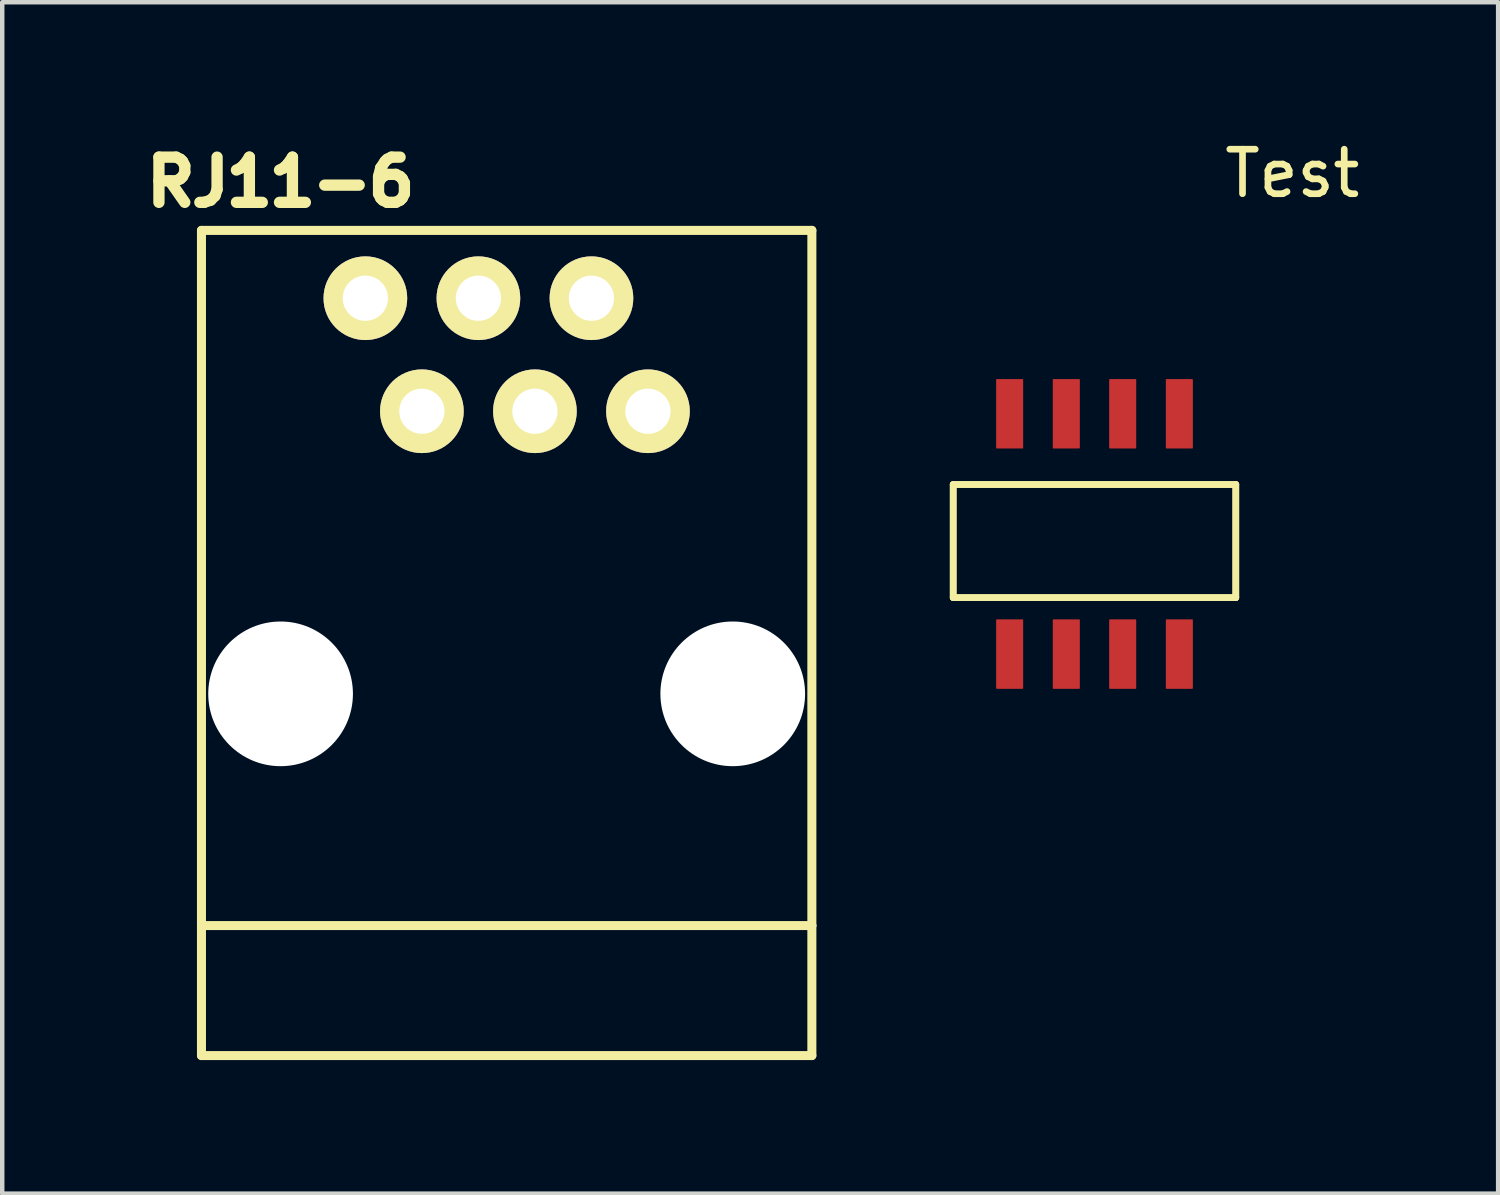
<source format=kicad_pcb>
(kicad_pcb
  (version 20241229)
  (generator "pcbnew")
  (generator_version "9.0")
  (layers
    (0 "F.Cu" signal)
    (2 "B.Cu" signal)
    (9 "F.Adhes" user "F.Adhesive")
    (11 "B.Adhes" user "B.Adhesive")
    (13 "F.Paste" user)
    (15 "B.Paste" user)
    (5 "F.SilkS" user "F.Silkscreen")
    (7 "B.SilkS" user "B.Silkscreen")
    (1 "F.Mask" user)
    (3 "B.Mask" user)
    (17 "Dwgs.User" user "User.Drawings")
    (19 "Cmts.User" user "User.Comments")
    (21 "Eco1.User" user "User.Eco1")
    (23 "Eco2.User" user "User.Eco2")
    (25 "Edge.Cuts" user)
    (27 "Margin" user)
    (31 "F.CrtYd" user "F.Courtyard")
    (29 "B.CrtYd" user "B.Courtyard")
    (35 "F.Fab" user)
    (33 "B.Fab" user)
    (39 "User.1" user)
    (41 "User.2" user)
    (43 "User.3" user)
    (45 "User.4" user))
  (footprint "Test"
    (layer "F.Cu")
    (at 19.639 11.648)
    (property "Reference" "Test" (at 6.35 -10.8 0) (layer "F.SilkS") (effects (font (size 1 1) (thickness 0.15))))
    (attr through_hole)
    (fp_line (start -1.27 -3.81) (end -1.27 -1.27) (stroke (width 0.15) (type solid)) (layer "F.SilkS"))
    (fp_line (start -1.27 -3.81) (end -1.27 -1.27) (stroke (width 0.15) (type solid)) (layer "F.SilkS"))
    (fp_line (start -1.27 -1.27) (end 5.08 -1.27) (stroke (width 0.15) (type solid)) (layer "F.SilkS"))
    (fp_line (start -1.27 -1.27) (end 5.08 -1.27) (stroke (width 0.15) (type solid)) (layer "F.SilkS"))
    (fp_line (start 5.08 -3.81) (end -1.27 -3.81) (stroke (width 0.15) (type solid)) (layer "F.SilkS"))
    (fp_line (start 5.08 -3.81) (end -1.27 -3.81) (stroke (width 0.15) (type solid)) (layer "F.SilkS"))
    (fp_line (start 5.08 -1.27) (end 5.08 -3.81) (stroke (width 0.15) (type solid)) (layer "F.SilkS"))
    (fp_line (start 5.08 -1.27) (end 5.08 -3.81) (stroke (width 0.15) (type solid)) (layer "F.SilkS"))
    (pad "1" smd rect (at 0 0) (size 0.6 1.55) (layers "F.Cu" "F.Mask" "F.Paste"))
    (pad "1" smd rect (at 0 0) (size 0.6 1.55) (layers "F.Cu" "F.Mask" "F.Paste"))
    (pad "2" smd rect (at 1.27 0) (size 0.6 1.55) (layers "F.Cu" "F.Mask" "F.Paste"))
    (pad "2" smd rect (at 1.27 0) (size 0.6 1.55) (layers "F.Cu" "F.Mask" "F.Paste"))
    (pad "3" smd rect (at 2.54 0) (size 0.6 1.55) (layers "F.Cu" "F.Mask" "F.Paste"))
    (pad "3" smd rect (at 2.54 0) (size 0.6 1.55) (layers "F.Cu" "F.Mask" "F.Paste"))
    (pad "4" smd rect (at 3.81 0) (size 0.6 1.55) (layers "F.Cu" "F.Mask" "F.Paste"))
    (pad "4" smd rect (at 3.81 0) (size 0.6 1.55) (layers "F.Cu" "F.Mask" "F.Paste"))
    (pad "5" smd rect (at 3.81 -5.4) (size 0.6 1.55) (layers "F.Cu" "F.Mask" "F.Paste"))
    (pad "5" smd rect (at 3.81 -5.4) (size 0.6 1.55) (layers "F.Cu" "F.Mask" "F.Paste"))
    (pad "6" smd rect (at 2.54 -5.4) (size 0.6 1.55) (layers "F.Cu" "F.Mask" "F.Paste"))
    (pad "6" smd rect (at 2.54 -5.4) (size 0.6 1.55) (layers "F.Cu" "F.Mask" "F.Paste"))
    (pad "7" smd rect (at 1.27 -5.4) (size 0.6 1.55) (layers "F.Cu" "F.Mask" "F.Paste"))
    (pad "7" smd rect (at 1.27 -5.4) (size 0.6 1.55) (layers "F.Cu" "F.Mask" "F.Paste"))
    (pad "8" smd rect (at 0 -5.4) (size 0.6 1.55) (layers "F.Cu" "F.Mask" "F.Paste"))
    (pad "8" smd rect (at 0 -5.4) (size 0.6 1.55) (layers "F.Cu" "F.Mask" "F.Paste")))
  (footprint "RJ11-6"
    (layer "F.Cu")
    (at 3.255 12.541)
    (property "Reference" "RJ11-6" (at 0 -11.501 0) (layer "F.SilkS") (effects (font (size 1.016 1.016) (thickness 0.305))))
    (attr exclude_from_pos_files exclude_from_bom)
    (fp_line (start -1.778 -10.414) (end -1.778 5.207) (stroke (width 0.203) (type solid)) (layer "F.SilkS"))
    (fp_line (start -1.778 5.207) (end -1.778 8.128) (stroke (width 0.203) (type solid)) (layer "F.SilkS"))
    (fp_line (start -1.778 8.128) (end 11.938 8.128) (stroke (width 0.203) (type solid)) (layer "F.SilkS"))
    (fp_line (start 11.938 -10.414) (end -1.778 -10.414) (stroke (width 0.203) (type solid)) (layer "F.SilkS"))
    (fp_line (start 11.938 5.207) (end -1.778 5.207) (stroke (width 0.203) (type solid)) (layer "F.SilkS"))
    (fp_line (start 11.938 5.207) (end 11.938 -10.414) (stroke (width 0.203) (type solid)) (layer "F.SilkS"))
    (fp_line (start 11.938 8.128) (end 11.938 5.207) (stroke (width 0.203) (type solid)) (layer "F.SilkS"))
    (pad "" np_thru_hole circle (at 0 0) (size 3.251 3.251) (drill 3.251) (layers "*.Cu" "*.Mask"))
    (pad "" np_thru_hole circle (at 10.16 0) (size 3.251 3.251) (drill 3.251) (layers "*.Cu" "*.Mask"))
    (pad "1" thru_hole circle (at 1.905 -8.89) (size 1.88 1.88) (drill 1.016) (layers "*.Cu" "F.Mask" "F.SilkS" "F.Paste"))
    (pad "2" thru_hole circle (at 3.175 -6.35) (size 1.88 1.88) (drill 1.016) (layers "*.Cu" "F.Mask" "F.SilkS" "F.Paste"))
    (pad "3" thru_hole circle (at 4.445 -8.89) (size 1.88 1.88) (drill 1.016) (layers "*.Cu" "F.Mask" "F.SilkS" "F.Paste"))
    (pad "4" thru_hole circle (at 5.715 -6.35) (size 1.88 1.88) (drill 1.016) (layers "*.Cu" "F.Mask" "F.SilkS" "F.Paste"))
    (pad "5" thru_hole circle (at 6.985 -8.89) (size 1.88 1.88) (drill 1.016) (layers "*.Cu" "F.Mask" "F.SilkS" "F.Paste"))
    (pad "6" thru_hole circle (at 8.255 -6.35) (size 1.88 1.88) (drill 1.016) (layers "*.Cu" "F.Mask" "F.SilkS" "F.Paste")))
  (gr_rect
    (start -3 -3)
    (end 30.614 23.771)
    (stroke (width 0.1) (type default))
    (fill no)
    (layer "Edge.Cuts")))
</source>
